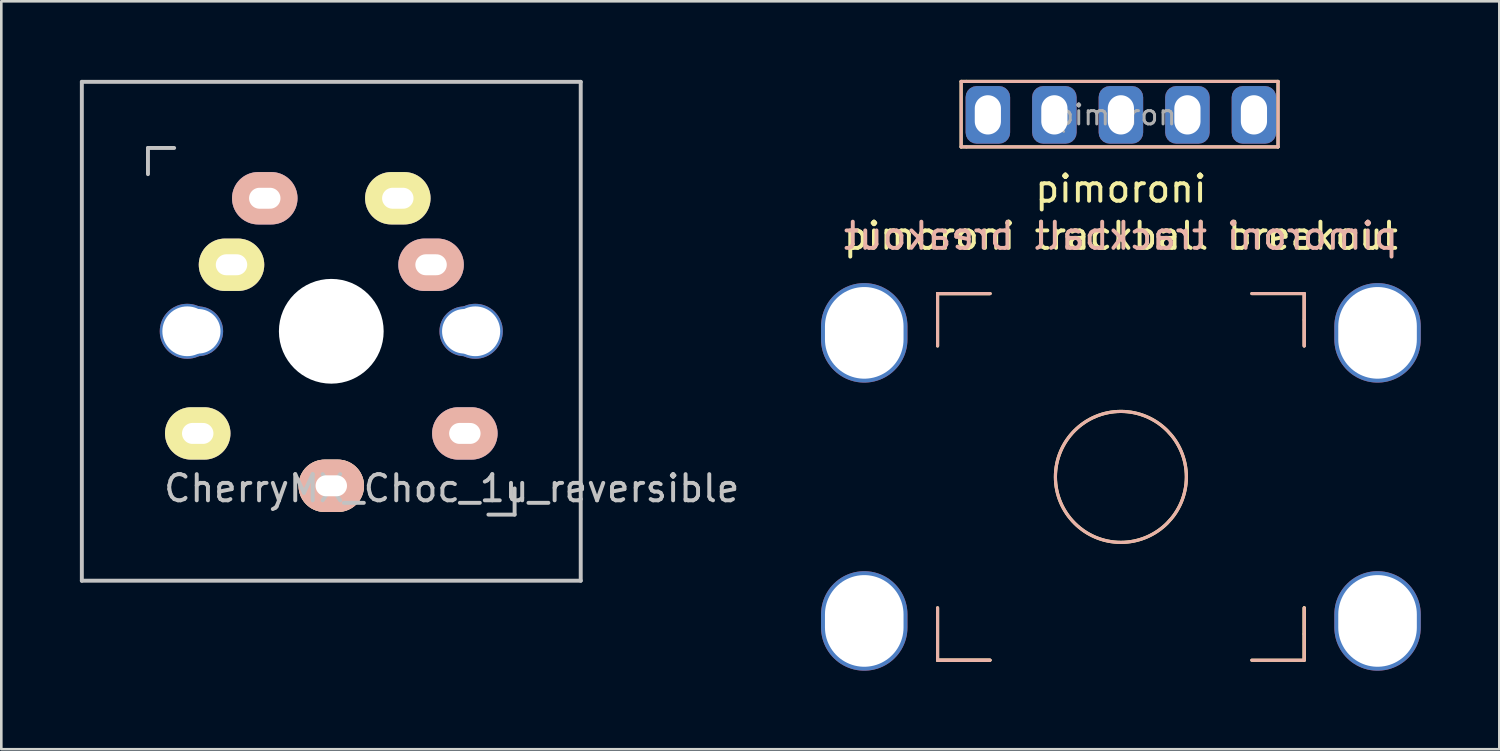
<source format=kicad_pcb>
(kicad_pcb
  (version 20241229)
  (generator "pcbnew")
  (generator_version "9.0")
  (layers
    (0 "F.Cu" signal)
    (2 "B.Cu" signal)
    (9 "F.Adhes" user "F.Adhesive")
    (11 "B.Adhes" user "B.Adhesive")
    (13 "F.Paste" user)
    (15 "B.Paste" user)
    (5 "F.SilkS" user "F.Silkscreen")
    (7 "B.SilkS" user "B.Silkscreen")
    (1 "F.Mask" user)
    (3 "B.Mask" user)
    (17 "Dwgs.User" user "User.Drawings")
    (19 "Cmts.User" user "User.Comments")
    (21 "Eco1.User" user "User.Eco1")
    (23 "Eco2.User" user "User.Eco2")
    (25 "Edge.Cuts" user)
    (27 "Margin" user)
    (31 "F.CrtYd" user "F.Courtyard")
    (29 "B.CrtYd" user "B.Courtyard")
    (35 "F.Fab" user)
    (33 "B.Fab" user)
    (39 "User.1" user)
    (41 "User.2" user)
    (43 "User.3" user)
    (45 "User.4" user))
  (footprint "pimoroni"
    (layer "F.Cu")
    (at 39.751 15.16)
    (property "Reference" "pimoroni" (at 0 -11 180) (layer "F.SilkS") (effects (font (size 1 1) (thickness 0.15))))
    (attr through_hole)
    (fp_line (start -7 -7) (end -7 -5) (stroke (width 0.12) (type solid)) (layer "F.SilkS"))
    (fp_line (start -7 -7) (end -5 -7) (stroke (width 0.12) (type solid)) (layer "F.SilkS"))
    (fp_line (start -7 7) (end -7 5) (stroke (width 0.12) (type solid)) (layer "F.SilkS"))
    (fp_line (start -7 7) (end -5 7) (stroke (width 0.12) (type solid)) (layer "F.SilkS"))
    (fp_line (start -6.1 -15.1) (end -5.9 -15.1) (stroke (width 0.12) (type solid)) (layer "F.SilkS"))
    (fp_line (start -6.1 -12.6) (end -6.1 -15.1) (stroke (width 0.12) (type solid)) (layer "F.SilkS"))
    (fp_line (start -5.9 -15.1) (end 6 -15.1) (stroke (width 0.12) (type solid)) (layer "F.SilkS"))
    (fp_line (start -5 -7) (end -7 -7) (stroke (width 0.12) (type solid)) (layer "F.SilkS"))
    (fp_line (start -5 7) (end -7 7) (stroke (width 0.12) (type solid)) (layer "F.SilkS"))
    (fp_line (start 6 -15.1) (end 6 -12.6) (stroke (width 0.12) (type solid)) (layer "F.SilkS"))
    (fp_line (start 6 -12.6) (end -6.1 -12.6) (stroke (width 0.12) (type solid)) (layer "F.SilkS"))
    (fp_line (start 7 -7) (end 5 -7) (stroke (width 0.12) (type solid)) (layer "F.SilkS"))
    (fp_line (start 7 -7) (end 7 -5) (stroke (width 0.12) (type solid)) (layer "F.SilkS"))
    (fp_line (start 7 5) (end 7 7) (stroke (width 0.12) (type solid)) (layer "F.SilkS"))
    (fp_line (start 7 6) (end 7 5) (stroke (width 0.12) (type solid)) (layer "F.SilkS"))
    (fp_line (start 7 7) (end 5 7) (stroke (width 0.12) (type solid)) (layer "F.SilkS"))
    (fp_line (start 7 7) (end 7 6) (stroke (width 0.12) (type solid)) (layer "F.SilkS"))
    (fp_circle (center 0 0) (end 0 -2.5) (stroke (width 0.12) (type solid)) (fill no) (layer "F.SilkS"))
    (fp_line (start -7 -7) (end -7 -5) (stroke (width 0.12) (type solid)) (layer "B.SilkS"))
    (fp_line (start -7 -7) (end -5 -7) (stroke (width 0.12) (type solid)) (layer "B.SilkS"))
    (fp_line (start -7 7) (end -7 5) (stroke (width 0.12) (type solid)) (layer "B.SilkS"))
    (fp_line (start -7 7) (end -5 7) (stroke (width 0.12) (type solid)) (layer "B.SilkS"))
    (fp_line (start -6.1 -15.1) (end -6.1 -12.6) (stroke (width 0.12) (type solid)) (layer "B.SilkS"))
    (fp_line (start -6.1 -12.6) (end -5.9 -12.6) (stroke (width 0.12) (type solid)) (layer "B.SilkS"))
    (fp_line (start -5.9 -12.6) (end 6 -12.6) (stroke (width 0.12) (type solid)) (layer "B.SilkS"))
    (fp_line (start -5 -7) (end -7 -7) (stroke (width 0.12) (type solid)) (layer "B.SilkS"))
    (fp_line (start -5 7) (end -7 7) (stroke (width 0.12) (type solid)) (layer "B.SilkS"))
    (fp_line (start 6 -15.1) (end -6.1 -15.1) (stroke (width 0.12) (type solid)) (layer "B.SilkS"))
    (fp_line (start 6 -12.6) (end 6 -15.1) (stroke (width 0.12) (type solid)) (layer "B.SilkS"))
    (fp_line (start 7 -7) (end 5 -7) (stroke (width 0.12) (type solid)) (layer "B.SilkS"))
    (fp_line (start 7 -7) (end 7 -6) (stroke (width 0.12) (type solid)) (layer "B.SilkS"))
    (fp_line (start 7 -6) (end 7 -5) (stroke (width 0.12) (type solid)) (layer "B.SilkS"))
    (fp_line (start 7 -5) (end 7 -7) (stroke (width 0.12) (type solid)) (layer "B.SilkS"))
    (fp_line (start 7 7) (end 5 7) (stroke (width 0.12) (type solid)) (layer "B.SilkS"))
    (fp_line (start 7 7) (end 7 5) (stroke (width 0.12) (type solid)) (layer "B.SilkS"))
    (fp_circle (center 0 0) (end 0 2.5) (stroke (width 0.12) (type solid)) (fill no) (layer "B.SilkS"))
    (fp_line (start -2.5 -13.507) (end -2.5 -14.459) (stroke (width 0.1) (type solid)) (layer "F.Fab"))
    (fp_line (start -2.183 -13.189) (end -2.5 -13.507) (stroke (width 0.1) (type solid)) (layer "F.Fab"))
    (fp_line (start 2.5 -14.459) (end 2.5 -13.189) (stroke (width 0.1) (type solid)) (layer "F.Fab"))
    (fp_text user "pimoroni trackball breakout" (at 0 -9.2 0) (layer "F.SilkS") (effects (font (size 1 1) (thickness 0.15))))
    (fp_text user "pimoroni trackball breakout" (at 0 -9.2 0) (layer "B.SilkS") (effects (font (size 1 1) (thickness 0.15)) (justify mirror)))
    (fp_text user "${REFERENCE}" (at 0 -13.824 180) (layer "F.Fab") (effects (font (size 0.76 0.76) (thickness 0.114))))
    (pad "1" thru_hole roundrect (at -5.08 -13.824 90) (size 2.2 1.7) (drill oval 1.5 1) (layers "*.Cu" "*.Mask") (roundrect_rratio 0.25))
    (pad "2" thru_hole roundrect (at -2.54 -13.824 180) (size 1.7 2.2) (drill oval 1 1.5) (layers "*.Cu" "*.Mask") (roundrect_rratio 0.25))
    (pad "3" thru_hole roundrect (at 0 -13.824 180) (size 1.7 2.2) (drill oval 1 1.5) (layers "*.Cu" "*.Mask") (roundrect_rratio 0.25))
    (pad "4" thru_hole roundrect (at 2.54 -13.824 180) (size 1.7 2.2) (drill oval 1 1.5) (layers "*.Cu" "*.Mask") (roundrect_rratio 0.25))
    (pad "5" thru_hole roundrect (at 5.08 -13.824 180) (size 1.7 2.2) (drill oval 1 1.5) (layers "*.Cu" "*.Mask") (roundrect_rratio 0.25))
    (pad "6" thru_hole oval (at 9.8 -5.5 90) (size 3.8 3.3) (drill oval 3.5 3) (layers "*.Cu" "*.Mask"))
    (pad "7" thru_hole oval (at 9.8 5.5 90) (size 3.8 3.3) (drill oval 3.5 3) (layers "*.Cu" "*.Mask"))
    (pad "8" thru_hole oval (at -9.8 5.5 90) (size 3.8 3.3) (drill oval 3.5 3) (layers "*.Cu" "*.Mask"))
    (pad "9" thru_hole oval (at -9.8 -5.5 90) (size 3.8 3.3) (drill oval 3.5 3) (layers "*.Cu" "*.Mask")))
  (footprint "CherryMX_Choc_1u_reversible"
    (layer "F.Cu")
    (at 9.6 9.6)
    (property "Reference" "CherryMX_Choc_1u_reversible" (at 4.6 6 180) (layer "Dwgs.User") (effects (font (size 1 1) (thickness 0.15))))
    (attr through_hole)
    (fp_line (start -9.525 -9.525) (end 9.525 -9.525) (stroke (width 0.15) (type solid)) (layer "Dwgs.User"))
    (fp_line (start -9.525 9.525) (end -9.525 -9.525) (stroke (width 0.15) (type solid)) (layer "Dwgs.User"))
    (fp_line (start -7 -7) (end -6 -7) (stroke (width 0.15) (type solid)) (layer "Dwgs.User"))
    (fp_line (start -7 -6) (end -7 -7) (stroke (width 0.15) (type solid)) (layer "Dwgs.User"))
    (fp_line (start 6 7) (end 7 7) (stroke (width 0.15) (type solid)) (layer "Dwgs.User"))
    (fp_line (start 7 7) (end 7 6) (stroke (width 0.15) (type solid)) (layer "Dwgs.User"))
    (fp_line (start 9.525 -9.525) (end 9.525 9.525) (stroke (width 0.15) (type solid)) (layer "Dwgs.User"))
    (fp_line (start 9.525 9.525) (end -9.525 9.525) (stroke (width 0.15) (type solid)) (layer "Dwgs.User"))
    (pad "" np_thru_hole circle (at -5.5 0 90) (size 2.1 2.1) (drill 1.9) (layers "*.Cu" "*.Mask"))
    (pad "" np_thru_hole circle (at -5.08 0) (size 1.9 1.9) (drill 1.7) (layers "*.Cu" "*.Mask"))
    (pad "" np_thru_hole circle (at 0 0 90) (size 4 4) (drill 4) (layers "*.Cu" "*.Mask"))
    (pad "" np_thru_hole circle (at 5.08 0) (size 1.9 1.9) (drill 1.7) (layers "*.Cu" "*.Mask"))
    (pad "" np_thru_hole circle (at 5.5 0 90) (size 2.1 2.1) (drill 1.9) (layers "*.Cu" "*.Mask"))
    (pad "1" thru_hole oval (at -5.1 3.9) (size 2.5 2) (drill oval 1.2 0.8) (layers "*.Cu" "B.Mask" "F.SilkS"))
    (pad "1" thru_hole oval (at -3.81 -2.54) (size 2.5 2) (drill oval 1.2 0.8) (layers "*.Cu" "B.Mask" "F.SilkS"))
    (pad "1" thru_hole oval (at 3.81 -2.54) (size 2.5 2) (drill oval 1.2 0.8) (layers "*.Cu" "F.Mask" "B.SilkS"))
    (pad "1" thru_hole oval (at 5.1 3.9) (size 2.5 2) (drill oval 1.2 0.8) (layers "*.Cu" "F.Mask" "B.SilkS"))
    (pad "2" thru_hole oval (at -2.54 -5.08) (size 2.5 2) (drill oval 1.2 0.8) (layers "*.Cu" "F.Mask" "B.SilkS"))
    (pad "2" thru_hole oval (at 0 5.9) (size 2.5 2) (drill oval 1.2 0.8) (layers "*.Cu" "*.SilkS" "*.Mask"))
    (pad "2" thru_hole oval (at 2.54 -5.08) (size 2.5 2) (drill oval 1.2 0.8) (layers "*.Cu" "B.Mask" "F.SilkS")))
  (gr_rect
    (start -3 -3)
    (end 54.201 25.56)
    (stroke (width 0.1) (type default))
    (fill no)
    (layer "Edge.Cuts")))
</source>
